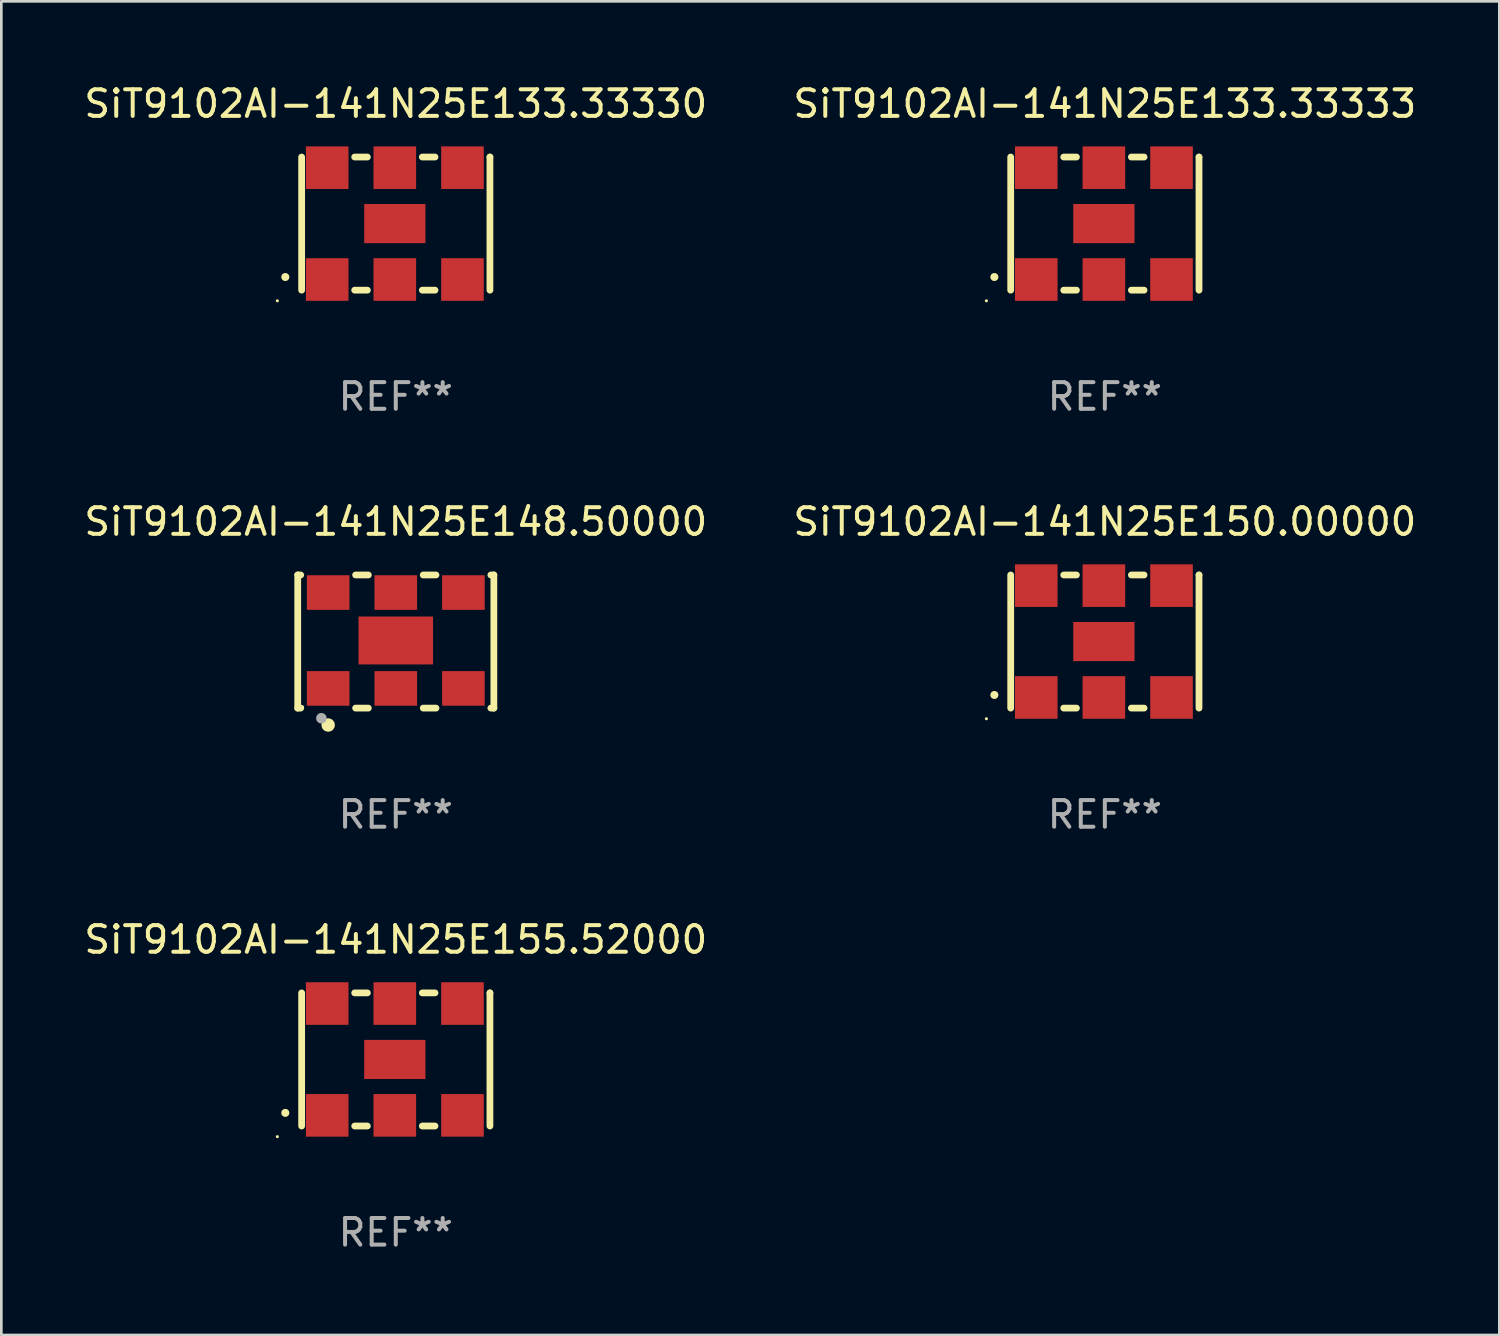
<source format=kicad_pcb>
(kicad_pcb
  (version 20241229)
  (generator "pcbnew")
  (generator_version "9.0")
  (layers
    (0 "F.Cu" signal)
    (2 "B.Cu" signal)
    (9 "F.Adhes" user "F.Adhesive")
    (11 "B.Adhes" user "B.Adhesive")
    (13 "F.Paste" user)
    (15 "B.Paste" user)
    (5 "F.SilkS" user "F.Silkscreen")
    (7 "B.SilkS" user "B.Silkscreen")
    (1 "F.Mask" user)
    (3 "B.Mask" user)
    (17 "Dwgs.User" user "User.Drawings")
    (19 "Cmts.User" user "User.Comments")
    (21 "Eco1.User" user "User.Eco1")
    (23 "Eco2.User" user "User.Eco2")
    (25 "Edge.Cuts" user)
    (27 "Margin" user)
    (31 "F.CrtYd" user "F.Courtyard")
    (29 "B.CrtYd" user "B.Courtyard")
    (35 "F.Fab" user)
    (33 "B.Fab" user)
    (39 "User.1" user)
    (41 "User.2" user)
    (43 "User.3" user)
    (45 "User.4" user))
  (footprint "SiT9102AI-141N25E133.33330"
    (layer "F.Cu")
    (at 11.815 5.348)
    (property "Reference" "SiT9102AI-141N25E133.33330" (at 0 -4.5 0) (layer "F.SilkS") (effects (font (size 1 1) (thickness 0.15))))
    (attr through_hole)
    (fp_line (start -3.536 -2.5) (end -3.536 2.5) (stroke (width 0.254) (type solid)) (layer "F.SilkS"))
    (fp_line (start -1.544 2.5) (end -1.067 2.5) (stroke (width 0.254) (type solid)) (layer "F.SilkS"))
    (fp_line (start -1.067 -2.5) (end -1.544 -2.5) (stroke (width 0.254) (type solid)) (layer "F.SilkS"))
    (fp_line (start 0.996 2.5) (end 1.473 2.5) (stroke (width 0.254) (type solid)) (layer "F.SilkS"))
    (fp_line (start 1.473 -2.5) (end 0.996 -2.5) (stroke (width 0.254) (type solid)) (layer "F.SilkS"))
    (fp_line (start 3.536 -2.5) (end 3.536 -2.5) (stroke (width 0.254) (type solid)) (layer "F.SilkS"))
    (fp_line (start 3.536 2.5) (end 3.536 -2.5) (stroke (width 0.254) (type solid)) (layer "F.SilkS"))
    (fp_arc (start -4.150432 2.006604) (mid -4.149162 2.006599) (end -4.147892 2.006604) (stroke (width 0.3) (type solid)) (layer "F.SilkS"))
    (fp_circle (center -4.449 2.9) (end -4.419 2.9) (stroke (width 0.06) (type solid)) (fill no) (layer "F.SilkS"))
    (fp_text user "REF**" (at 0 6.5 0) (layer "F.Fab") (effects (font (size 1 1) (thickness 0.15))))
    (pad "1" smd rect (at -2.576 2.1) (size 1.6 1.6) (layers "F.Cu" "F.Mask" "F.Paste"))
    (pad "2" smd rect (at -0.036 2.1) (size 1.6 1.6) (layers "F.Cu" "F.Mask" "F.Paste"))
    (pad "3" smd rect (at 2.504 2.1) (size 1.6 1.6) (layers "F.Cu" "F.Mask" "F.Paste"))
    (pad "4" smd rect (at 2.504 -2.1) (size 1.6 1.6) (layers "F.Cu" "F.Mask" "F.Paste"))
    (pad "5" smd rect (at -0.036 -2.1) (size 1.6 1.6) (layers "F.Cu" "F.Mask" "F.Paste"))
    (pad "6" smd rect (at -2.576 -2.1) (size 1.6 1.6) (layers "F.Cu" "F.Mask" "F.Paste"))
    (pad "7" smd rect (at -0.036 0) (size 2.3 1.47) (layers "F.Cu" "F.Mask" "F.Paste")))
  (footprint "SiT9102AI-141N25E150.00000"
    (layer "F.Cu")
    (at 38.446 21.045)
    (property "Reference" "SiT9102AI-141N25E150.00000" (at 0 -4.5 0) (layer "F.SilkS") (effects (font (size 1 1) (thickness 0.15))))
    (attr through_hole)
    (fp_line (start -3.536 -2.5) (end -3.536 2.5) (stroke (width 0.254) (type solid)) (layer "F.SilkS"))
    (fp_line (start -1.544 2.5) (end -1.067 2.5) (stroke (width 0.254) (type solid)) (layer "F.SilkS"))
    (fp_line (start -1.067 -2.5) (end -1.544 -2.5) (stroke (width 0.254) (type solid)) (layer "F.SilkS"))
    (fp_line (start 0.996 2.5) (end 1.473 2.5) (stroke (width 0.254) (type solid)) (layer "F.SilkS"))
    (fp_line (start 1.473 -2.5) (end 0.996 -2.5) (stroke (width 0.254) (type solid)) (layer "F.SilkS"))
    (fp_line (start 3.536 -2.5) (end 3.536 -2.5) (stroke (width 0.254) (type solid)) (layer "F.SilkS"))
    (fp_line (start 3.536 2.5) (end 3.536 -2.5) (stroke (width 0.254) (type solid)) (layer "F.SilkS"))
    (fp_arc (start -4.150432 2.006604) (mid -4.149162 2.006599) (end -4.147892 2.006604) (stroke (width 0.3) (type solid)) (layer "F.SilkS"))
    (fp_circle (center -4.449 2.9) (end -4.419 2.9) (stroke (width 0.06) (type solid)) (fill no) (layer "F.SilkS"))
    (fp_text user "REF**" (at 0 6.5 0) (layer "F.Fab") (effects (font (size 1 1) (thickness 0.15))))
    (pad "1" smd rect (at -2.576 2.1) (size 1.6 1.6) (layers "F.Cu" "F.Mask" "F.Paste"))
    (pad "2" smd rect (at -0.036 2.1) (size 1.6 1.6) (layers "F.Cu" "F.Mask" "F.Paste"))
    (pad "3" smd rect (at 2.504 2.1) (size 1.6 1.6) (layers "F.Cu" "F.Mask" "F.Paste"))
    (pad "4" smd rect (at 2.504 -2.1) (size 1.6 1.6) (layers "F.Cu" "F.Mask" "F.Paste"))
    (pad "5" smd rect (at -0.036 -2.1) (size 1.6 1.6) (layers "F.Cu" "F.Mask" "F.Paste"))
    (pad "6" smd rect (at -2.576 -2.1) (size 1.6 1.6) (layers "F.Cu" "F.Mask" "F.Paste"))
    (pad "7" smd rect (at -0.036 0) (size 2.3 1.47) (layers "F.Cu" "F.Mask" "F.Paste")))
  (footprint "SiT9102AI-141N25E133.33333"
    (layer "F.Cu")
    (at 38.446 5.348)
    (property "Reference" "SiT9102AI-141N25E133.33333" (at 0 -4.5 0) (layer "F.SilkS") (effects (font (size 1 1) (thickness 0.15))))
    (attr through_hole)
    (fp_line (start -3.536 -2.5) (end -3.536 2.5) (stroke (width 0.254) (type solid)) (layer "F.SilkS"))
    (fp_line (start -1.544 2.5) (end -1.067 2.5) (stroke (width 0.254) (type solid)) (layer "F.SilkS"))
    (fp_line (start -1.067 -2.5) (end -1.544 -2.5) (stroke (width 0.254) (type solid)) (layer "F.SilkS"))
    (fp_line (start 0.996 2.5) (end 1.473 2.5) (stroke (width 0.254) (type solid)) (layer "F.SilkS"))
    (fp_line (start 1.473 -2.5) (end 0.996 -2.5) (stroke (width 0.254) (type solid)) (layer "F.SilkS"))
    (fp_line (start 3.536 -2.5) (end 3.536 -2.5) (stroke (width 0.254) (type solid)) (layer "F.SilkS"))
    (fp_line (start 3.536 2.5) (end 3.536 -2.5) (stroke (width 0.254) (type solid)) (layer "F.SilkS"))
    (fp_arc (start -4.150432 2.006604) (mid -4.149162 2.006599) (end -4.147892 2.006604) (stroke (width 0.3) (type solid)) (layer "F.SilkS"))
    (fp_circle (center -4.449 2.9) (end -4.419 2.9) (stroke (width 0.06) (type solid)) (fill no) (layer "F.SilkS"))
    (fp_text user "REF**" (at 0 6.5 0) (layer "F.Fab") (effects (font (size 1 1) (thickness 0.15))))
    (pad "1" smd rect (at -2.576 2.1) (size 1.6 1.6) (layers "F.Cu" "F.Mask" "F.Paste"))
    (pad "2" smd rect (at -0.036 2.1) (size 1.6 1.6) (layers "F.Cu" "F.Mask" "F.Paste"))
    (pad "3" smd rect (at 2.504 2.1) (size 1.6 1.6) (layers "F.Cu" "F.Mask" "F.Paste"))
    (pad "4" smd rect (at 2.504 -2.1) (size 1.6 1.6) (layers "F.Cu" "F.Mask" "F.Paste"))
    (pad "5" smd rect (at -0.036 -2.1) (size 1.6 1.6) (layers "F.Cu" "F.Mask" "F.Paste"))
    (pad "6" smd rect (at -2.576 -2.1) (size 1.6 1.6) (layers "F.Cu" "F.Mask" "F.Paste"))
    (pad "7" smd rect (at -0.036 0) (size 2.3 1.47) (layers "F.Cu" "F.Mask" "F.Paste")))
  (footprint "SiT9102AI-141N25E148.50000"
    (layer "F.Cu")
    (at 11.815 21.045)
    (property "Reference" "SiT9102AI-141N25E148.50000" (at 0 -4.5 0) (layer "F.SilkS") (effects (font (size 1 1) (thickness 0.15))))
    (attr through_hole)
    (fp_line (start -3.683 -2.5) (end -3.571 -2.5) (stroke (width 0.254) (type solid)) (layer "F.SilkS"))
    (fp_line (start -3.683 2.5) (end -3.683 -2.5) (stroke (width 0.254) (type solid)) (layer "F.SilkS"))
    (fp_line (start -3.683 2.5) (end -3.571 2.5) (stroke (width 0.254) (type solid)) (layer "F.SilkS"))
    (fp_line (start -1.509 -2.5) (end -1.031 -2.5) (stroke (width 0.254) (type solid)) (layer "F.SilkS"))
    (fp_line (start -1.509 2.5) (end -1.031 2.5) (stroke (width 0.254) (type solid)) (layer "F.SilkS"))
    (fp_line (start 1.031 -2.5) (end 1.509 -2.5) (stroke (width 0.254) (type solid)) (layer "F.SilkS"))
    (fp_line (start 1.031 2.5) (end 1.509 2.5) (stroke (width 0.254) (type solid)) (layer "F.SilkS"))
    (fp_line (start 3.571 -2.5) (end 3.683 -2.5) (stroke (width 0.254) (type solid)) (layer "F.SilkS"))
    (fp_line (start 3.571 2.5) (end 3.683 2.5) (stroke (width 0.254) (type solid)) (layer "F.SilkS"))
    (fp_line (start 3.683 2.5) (end 3.683 -2.5) (stroke (width 0.254) (type solid)) (layer "F.SilkS"))
    (fp_circle (center -3.5 2.46) (end -3.47 2.46) (stroke (width 0.06) (type solid)) (fill no) (layer "F.SilkS"))
    (fp_circle (center -2.54 3.135) (end -2.413 3.135) (stroke (width 0.254) (type solid)) (fill no) (layer "F.SilkS"))
    (fp_circle (center -2.794 2.881) (end -2.694 2.881) (stroke (width 0.2) (type solid)) (fill no) (layer "F.Fab"))
    (fp_text user "REF**" (at 0 6.5 0) (layer "F.Fab") (effects (font (size 1 1) (thickness 0.15))))
    (pad "1" smd rect (at -2.54 1.76) (size 1.6 1.3) (layers "F.Cu" "F.Mask" "F.Paste"))
    (pad "2" smd rect (at 0 1.76) (size 1.6 1.3) (layers "F.Cu" "F.Mask" "F.Paste"))
    (pad "3" smd rect (at 2.54 1.76) (size 1.6 1.3) (layers "F.Cu" "F.Mask" "F.Paste"))
    (pad "4" smd rect (at 2.54 -1.84) (size 1.6 1.3) (layers "F.Cu" "F.Mask" "F.Paste"))
    (pad "5" smd rect (at 0 -1.84) (size 1.6 1.3) (layers "F.Cu" "F.Mask" "F.Paste"))
    (pad "6" smd rect (at -2.54 -1.84) (size 1.6 1.3) (layers "F.Cu" "F.Mask" "F.Paste"))
    (pad "7" smd rect (at 0 -0.04) (size 2.8 1.8) (layers "F.Cu" "F.Mask" "F.Paste")))
  (footprint "SiT9102AI-141N25E155.52000"
    (layer "F.Cu")
    (at 11.815 36.741)
    (property "Reference" "SiT9102AI-141N25E155.52000" (at 0 -4.5 0) (layer "F.SilkS") (effects (font (size 1 1) (thickness 0.15))))
    (attr through_hole)
    (fp_line (start -3.536 -2.5) (end -3.536 2.5) (stroke (width 0.254) (type solid)) (layer "F.SilkS"))
    (fp_line (start -1.544 2.5) (end -1.067 2.5) (stroke (width 0.254) (type solid)) (layer "F.SilkS"))
    (fp_line (start -1.067 -2.5) (end -1.544 -2.5) (stroke (width 0.254) (type solid)) (layer "F.SilkS"))
    (fp_line (start 0.996 2.5) (end 1.473 2.5) (stroke (width 0.254) (type solid)) (layer "F.SilkS"))
    (fp_line (start 1.473 -2.5) (end 0.996 -2.5) (stroke (width 0.254) (type solid)) (layer "F.SilkS"))
    (fp_line (start 3.536 -2.5) (end 3.536 -2.5) (stroke (width 0.254) (type solid)) (layer "F.SilkS"))
    (fp_line (start 3.536 2.5) (end 3.536 -2.5) (stroke (width 0.254) (type solid)) (layer "F.SilkS"))
    (fp_arc (start -4.150432 2.006604) (mid -4.149162 2.006599) (end -4.147892 2.006604) (stroke (width 0.3) (type solid)) (layer "F.SilkS"))
    (fp_circle (center -4.449 2.9) (end -4.419 2.9) (stroke (width 0.06) (type solid)) (fill no) (layer "F.SilkS"))
    (fp_text user "REF**" (at 0 6.5 0) (layer "F.Fab") (effects (font (size 1 1) (thickness 0.15))))
    (pad "1" smd rect (at -2.576 2.1) (size 1.6 1.6) (layers "F.Cu" "F.Mask" "F.Paste"))
    (pad "2" smd rect (at -0.036 2.1) (size 1.6 1.6) (layers "F.Cu" "F.Mask" "F.Paste"))
    (pad "3" smd rect (at 2.504 2.1) (size 1.6 1.6) (layers "F.Cu" "F.Mask" "F.Paste"))
    (pad "4" smd rect (at 2.504 -2.1) (size 1.6 1.6) (layers "F.Cu" "F.Mask" "F.Paste"))
    (pad "5" smd rect (at -0.036 -2.1) (size 1.6 1.6) (layers "F.Cu" "F.Mask" "F.Paste"))
    (pad "6" smd rect (at -2.576 -2.1) (size 1.6 1.6) (layers "F.Cu" "F.Mask" "F.Paste"))
    (pad "7" smd rect (at -0.036 0) (size 2.3 1.47) (layers "F.Cu" "F.Mask" "F.Paste")))
  (gr_rect
    (start -3 -3)
    (end 53.262 47.09)
    (stroke (width 0.1) (type default))
    (fill no)
    (layer "Edge.Cuts")))
</source>
